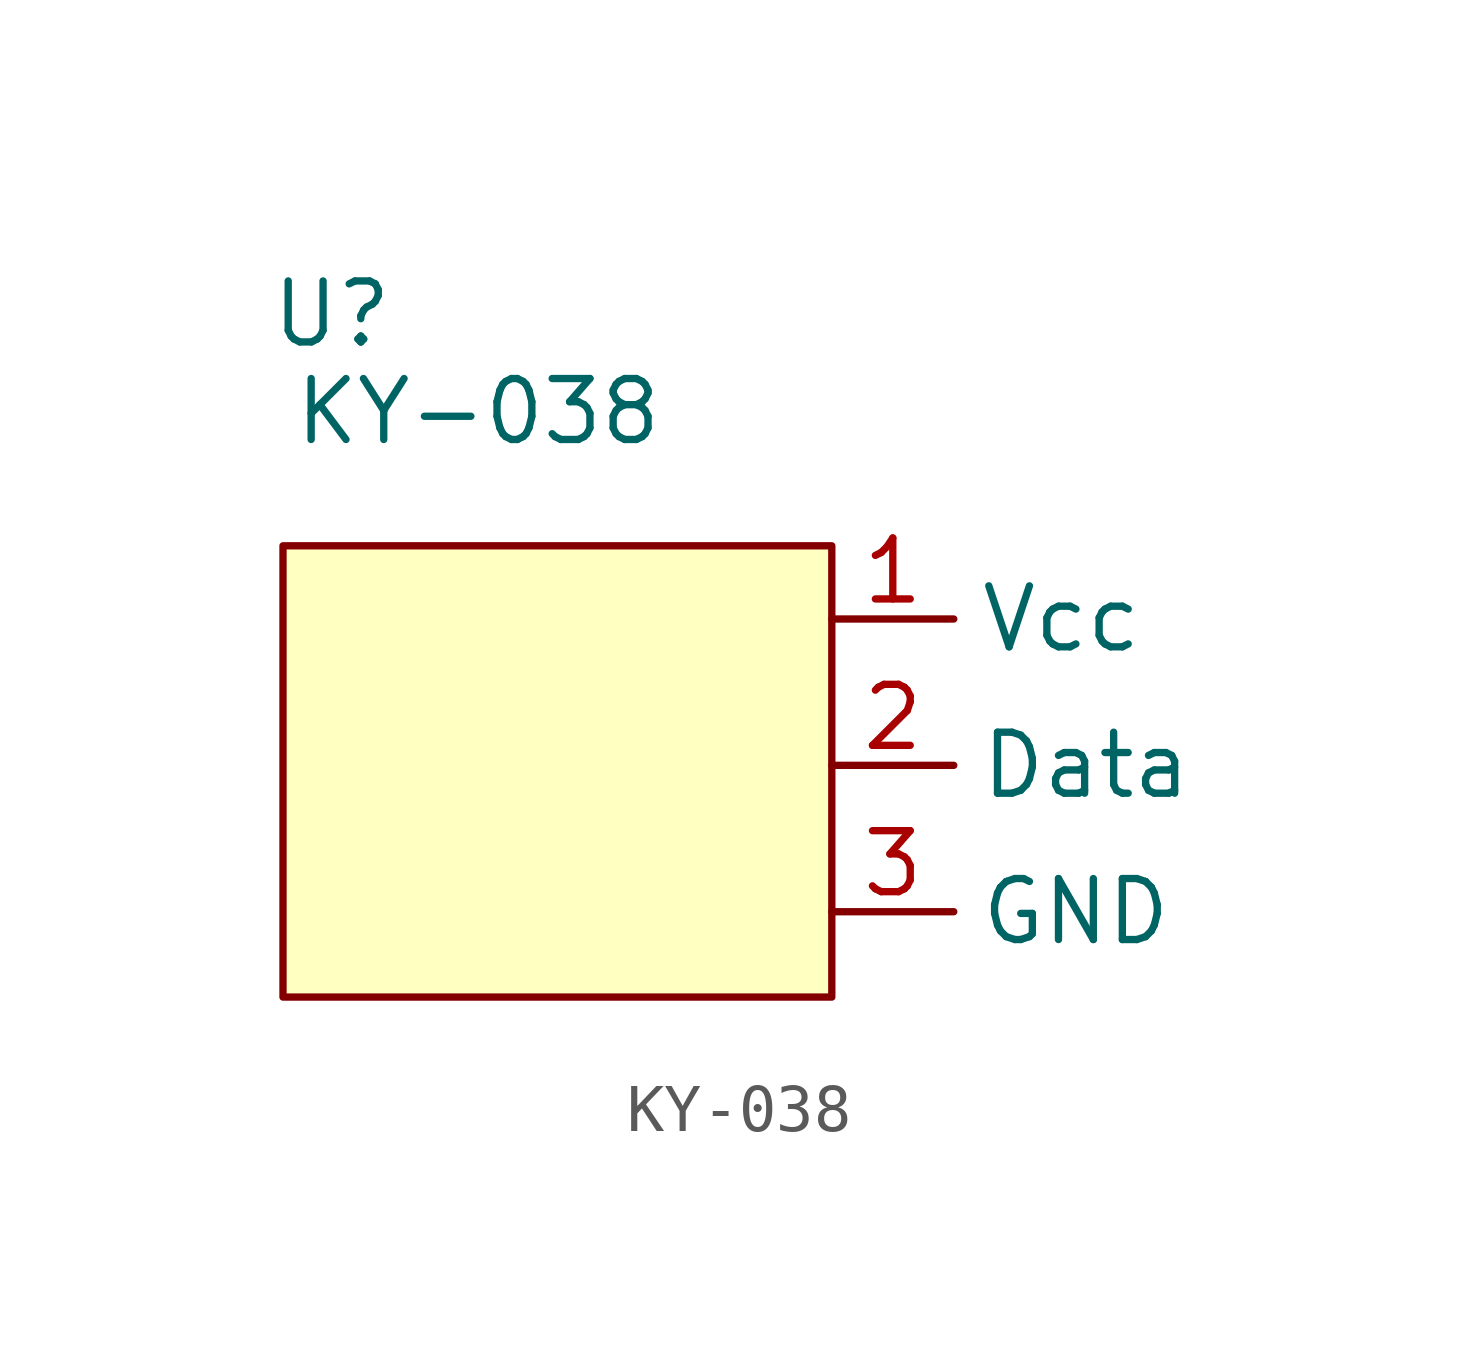
<source format=kicad_sym>
(kicad_symbol_lib
  (version 20211014)
  (generator kicad_symbol_editor)
  (symbol "KY-038"
    (property "Reference" "U"
      (at 1.016 4.826 0)
      (effects (font (size 1.27 1.27))))
    (property "Value" "KY-038"
      (at 4.064 2.794 0)
      (effects (font (size 1.27 1.27))))
    (symbol "KY-038_0_0"
      (pin power_in line (at 11.43 -1.524 0) (length 2.54) (name "Vcc" (effects (font (size 1.27 1.27)))) (number "1" (effects (font (size 1.27 1.27)))))
      (pin output line (at 11.43 -4.572 0) (length 2.54) (name "Data" (effects (font (size 1.27 1.27)))) (number "2" (effects (font (size 1.27 1.27)))))
      (pin passive line (at 11.43 -7.62 0) (length 2.54) (name "GND" (effects (font (size 1.27 1.27)))) (number "3" (effects (font (size 1.27 1.27))))))
    (symbol "KY-038_0_1"
      (polyline (pts (xy 0 0) (xy 0 -9.398) (xy 11.43 -9.398) (xy 11.43 0) (xy 0 0)) (stroke (width 0) (type default) (color 0 0 0 0)) (fill (type background))))))
</source>
